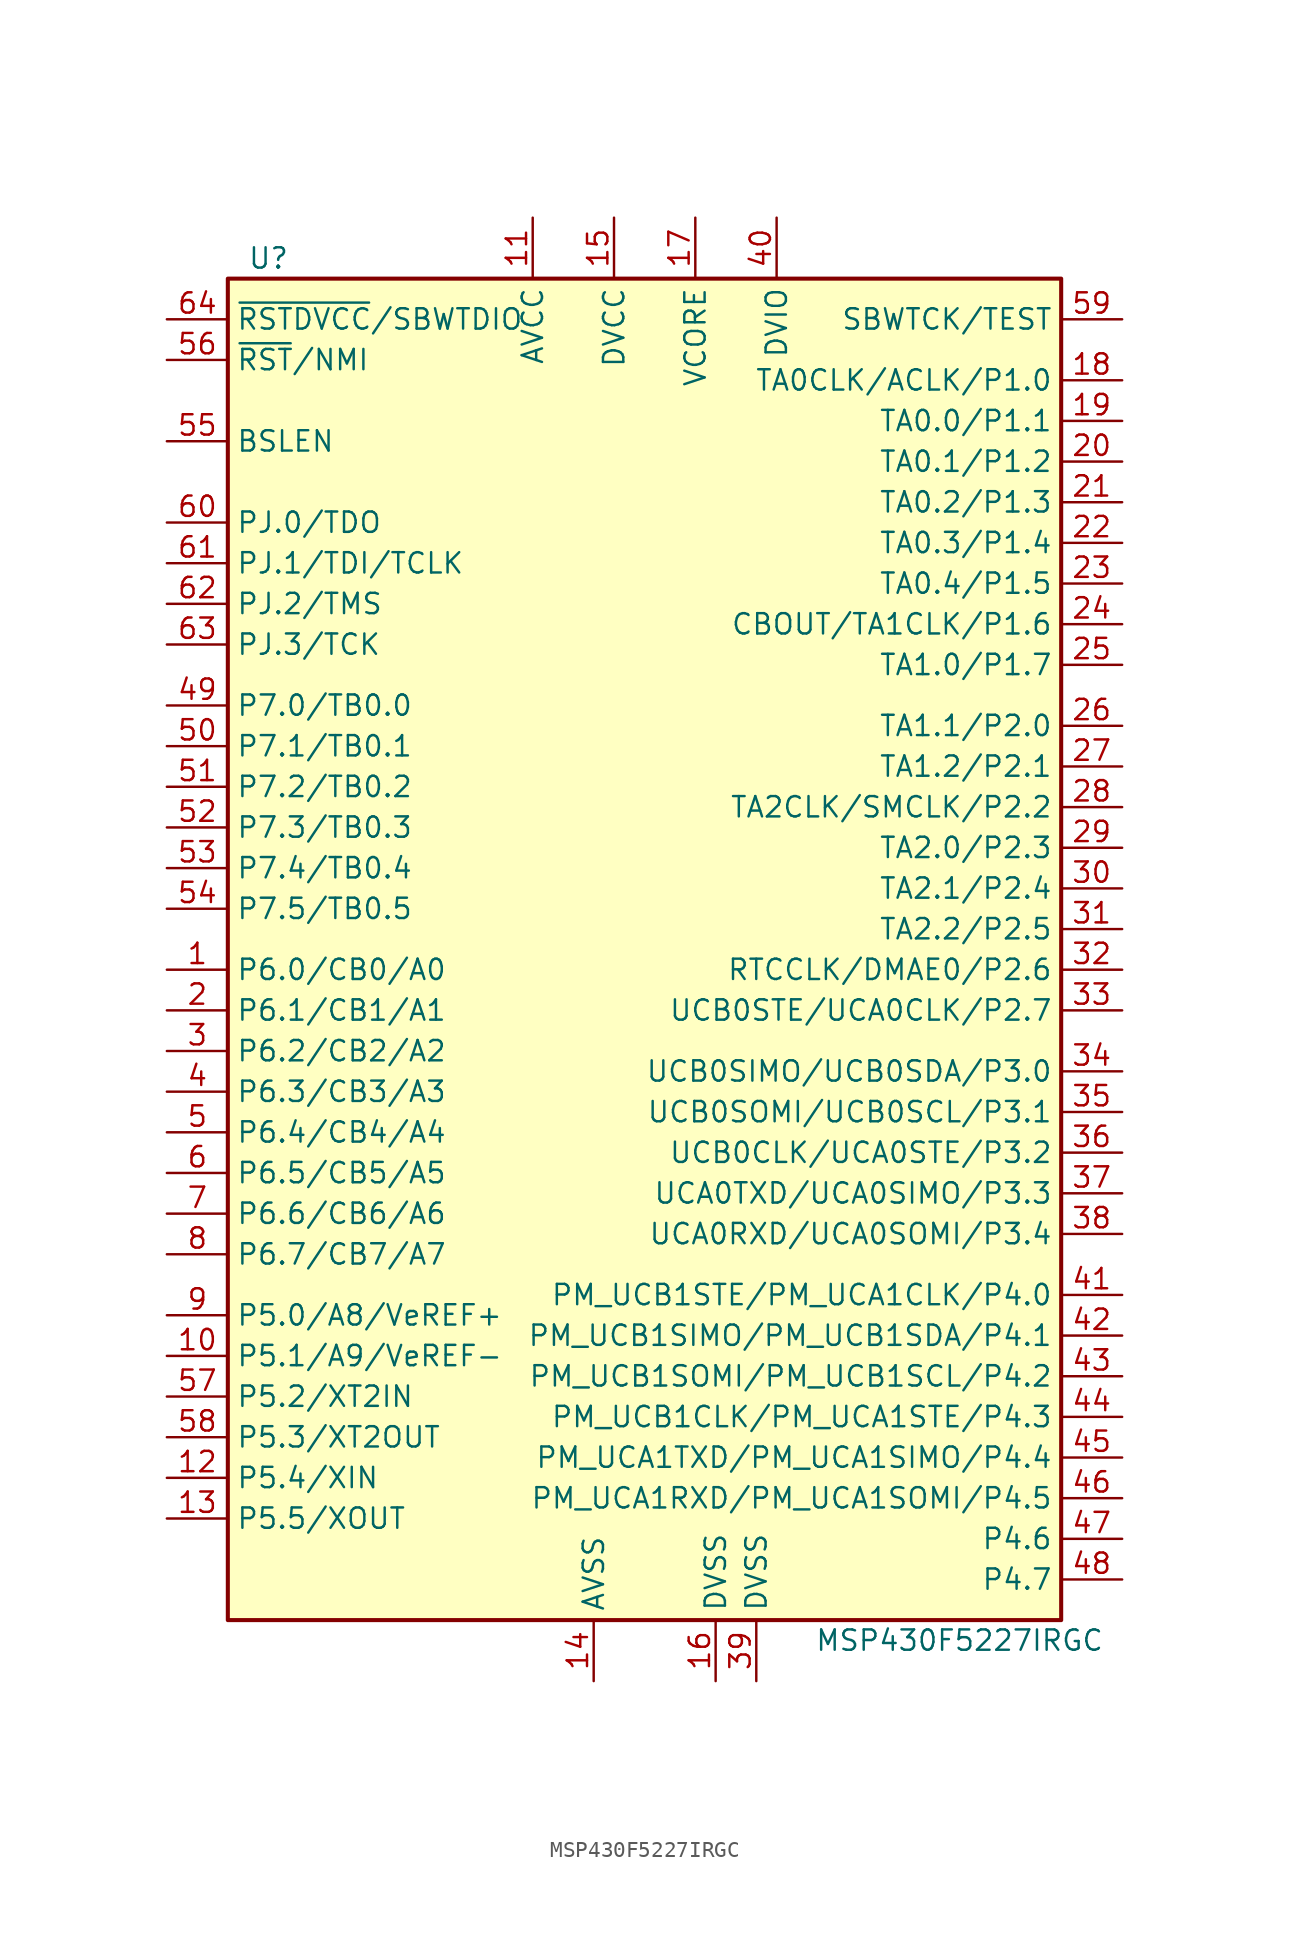
<source format=kicad_sym>
(kicad_symbol_lib
  (version 20231120)
  (generator "kicad_symbol_editor")
  (generator_version "8.0")
  (symbol "MSP430F5227IRGC"
    (property "Reference" "U"
      (at -24.13 43.18 0)
      (effects (font (size 1.27 1.27))))
    (property "Value" "MSP430F5227IRGC"
      (at 19.05 -43.18 0)
      (effects (font (size 1.27 1.27))))
    (symbol "MSP430F5227IRGC_0_1"
      (rectangle (start -26.67 41.91) (end 25.4 -41.91) (stroke (width 0.254) (type default)) (fill (type background))))
    (symbol "MSP430F5227IRGC_1_1"
      (pin bidirectional line (at -30.48 -1.27 0) (length 3.81) (name "P6.0/CB0/A0" (effects (font (size 1.27 1.27)))) (number "1" (effects (font (size 1.27 1.27)))))
      (pin bidirectional line (at -30.48 -25.4 0) (length 3.81) (name "P5.1/A9/VeREF-" (effects (font (size 1.27 1.27)))) (number "10" (effects (font (size 1.27 1.27)))))
      (pin power_in line (at -7.62 45.72 270) (length 3.81) (name "AVCC" (effects (font (size 1.27 1.27)))) (number "11" (effects (font (size 1.27 1.27)))))
      (pin bidirectional line (at -30.48 -33.02 0) (length 3.81) (name "P5.4/XIN" (effects (font (size 1.27 1.27)))) (number "12" (effects (font (size 1.27 1.27)))))
      (pin bidirectional line (at -30.48 -35.56 0) (length 3.81) (name "P5.5/XOUT" (effects (font (size 1.27 1.27)))) (number "13" (effects (font (size 1.27 1.27)))))
      (pin power_in line (at -3.81 -45.72 90) (length 3.81) (name "AVSS" (effects (font (size 1.27 1.27)))) (number "14" (effects (font (size 1.27 1.27)))))
      (pin power_in line (at -2.54 45.72 270) (length 3.81) (name "DVCC" (effects (font (size 1.27 1.27)))) (number "15" (effects (font (size 1.27 1.27)))))
      (pin power_in line (at 3.81 -45.72 90) (length 3.81) (name "DVSS" (effects (font (size 1.27 1.27)))) (number "16" (effects (font (size 1.27 1.27)))))
      (pin power_in line (at 2.54 45.72 270) (length 3.81) (name "VCORE" (effects (font (size 1.27 1.27)))) (number "17" (effects (font (size 1.27 1.27)))))
      (pin bidirectional line (at 29.21 35.56 180) (length 3.81) (name "TA0CLK/ACLK/P1.0" (effects (font (size 1.27 1.27)))) (number "18" (effects (font (size 1.27 1.27)))))
      (pin bidirectional line (at 29.21 33.02 180) (length 3.81) (name "TA0.0/P1.1" (effects (font (size 1.27 1.27)))) (number "19" (effects (font (size 1.27 1.27)))))
      (pin bidirectional line (at -30.48 -3.81 0) (length 3.81) (name "P6.1/CB1/A1" (effects (font (size 1.27 1.27)))) (number "2" (effects (font (size 1.27 1.27)))))
      (pin bidirectional line (at 29.21 30.48 180) (length 3.81) (name "TA0.1/P1.2" (effects (font (size 1.27 1.27)))) (number "20" (effects (font (size 1.27 1.27)))))
      (pin bidirectional line (at 29.21 27.94 180) (length 3.81) (name "TA0.2/P1.3" (effects (font (size 1.27 1.27)))) (number "21" (effects (font (size 1.27 1.27)))))
      (pin bidirectional line (at 29.21 25.4 180) (length 3.81) (name "TA0.3/P1.4" (effects (font (size 1.27 1.27)))) (number "22" (effects (font (size 1.27 1.27)))))
      (pin bidirectional line (at 29.21 22.86 180) (length 3.81) (name "TA0.4/P1.5" (effects (font (size 1.27 1.27)))) (number "23" (effects (font (size 1.27 1.27)))))
      (pin bidirectional line (at 29.21 20.32 180) (length 3.81) (name "CBOUT/TA1CLK/P1.6" (effects (font (size 1.27 1.27)))) (number "24" (effects (font (size 1.27 1.27)))))
      (pin bidirectional line (at 29.21 17.78 180) (length 3.81) (name "TA1.0/P1.7" (effects (font (size 1.27 1.27)))) (number "25" (effects (font (size 1.27 1.27)))))
      (pin bidirectional line (at 29.21 13.97 180) (length 3.81) (name "TA1.1/P2.0" (effects (font (size 1.27 1.27)))) (number "26" (effects (font (size 1.27 1.27)))))
      (pin bidirectional line (at 29.21 11.43 180) (length 3.81) (name "TA1.2/P2.1" (effects (font (size 1.27 1.27)))) (number "27" (effects (font (size 1.27 1.27)))))
      (pin bidirectional line (at 29.21 8.89 180) (length 3.81) (name "TA2CLK/SMCLK/P2.2" (effects (font (size 1.27 1.27)))) (number "28" (effects (font (size 1.27 1.27)))))
      (pin bidirectional line (at 29.21 6.35 180) (length 3.81) (name "TA2.0/P2.3" (effects (font (size 1.27 1.27)))) (number "29" (effects (font (size 1.27 1.27)))))
      (pin bidirectional line (at -30.48 -6.35 0) (length 3.81) (name "P6.2/CB2/A2" (effects (font (size 1.27 1.27)))) (number "3" (effects (font (size 1.27 1.27)))))
      (pin bidirectional line (at 29.21 3.81 180) (length 3.81) (name "TA2.1/P2.4" (effects (font (size 1.27 1.27)))) (number "30" (effects (font (size 1.27 1.27)))))
      (pin bidirectional line (at 29.21 1.27 180) (length 3.81) (name "TA2.2/P2.5" (effects (font (size 1.27 1.27)))) (number "31" (effects (font (size 1.27 1.27)))))
      (pin bidirectional line (at 29.21 -1.27 180) (length 3.81) (name "RTCCLK/DMAE0/P2.6" (effects (font (size 1.27 1.27)))) (number "32" (effects (font (size 1.27 1.27)))))
      (pin bidirectional line (at 29.21 -3.81 180) (length 3.81) (name "UCB0STE/UCA0CLK/P2.7" (effects (font (size 1.27 1.27)))) (number "33" (effects (font (size 1.27 1.27)))))
      (pin bidirectional line (at 29.21 -7.62 180) (length 3.81) (name "UCB0SIMO/UCB0SDA/P3.0" (effects (font (size 1.27 1.27)))) (number "34" (effects (font (size 1.27 1.27)))))
      (pin bidirectional line (at 29.21 -10.16 180) (length 3.81) (name "UCB0SOMI/UCB0SCL/P3.1" (effects (font (size 1.27 1.27)))) (number "35" (effects (font (size 1.27 1.27)))))
      (pin bidirectional line (at 29.21 -12.7 180) (length 3.81) (name "UCB0CLK/UCA0STE/P3.2" (effects (font (size 1.27 1.27)))) (number "36" (effects (font (size 1.27 1.27)))))
      (pin bidirectional line (at 29.21 -15.24 180) (length 3.81) (name "UCA0TXD/UCA0SIMO/P3.3" (effects (font (size 1.27 1.27)))) (number "37" (effects (font (size 1.27 1.27)))))
      (pin bidirectional line (at 29.21 -17.78 180) (length 3.81) (name "UCA0RXD/UCA0SOMI/P3.4" (effects (font (size 1.27 1.27)))) (number "38" (effects (font (size 1.27 1.27)))))
      (pin power_in line (at 6.35 -45.72 90) (length 3.81) (name "DVSS" (effects (font (size 1.27 1.27)))) (number "39" (effects (font (size 1.27 1.27)))))
      (pin bidirectional line (at -30.48 -8.89 0) (length 3.81) (name "P6.3/CB3/A3" (effects (font (size 1.27 1.27)))) (number "4" (effects (font (size 1.27 1.27)))))
      (pin power_in line (at 7.62 45.72 270) (length 3.81) (name "DVIO" (effects (font (size 1.27 1.27)))) (number "40" (effects (font (size 1.27 1.27)))))
      (pin bidirectional line (at 29.21 -21.59 180) (length 3.81) (name "PM_UCB1STE/PM_UCA1CLK/P4.0" (effects (font (size 1.27 1.27)))) (number "41" (effects (font (size 1.27 1.27)))))
      (pin bidirectional line (at 29.21 -24.13 180) (length 3.81) (name "PM_UCB1SIMO/PM_UCB1SDA/P4.1" (effects (font (size 1.27 1.27)))) (number "42" (effects (font (size 1.27 1.27)))))
      (pin bidirectional line (at 29.21 -26.67 180) (length 3.81) (name "PM_UCB1SOMI/PM_UCB1SCL/P4.2" (effects (font (size 1.27 1.27)))) (number "43" (effects (font (size 1.27 1.27)))))
      (pin bidirectional line (at 29.21 -29.21 180) (length 3.81) (name "PM_UCB1CLK/PM_UCA1STE/P4.3" (effects (font (size 1.27 1.27)))) (number "44" (effects (font (size 1.27 1.27)))))
      (pin bidirectional line (at 29.21 -31.75 180) (length 3.81) (name "PM_UCA1TXD/PM_UCA1SIMO/P4.4" (effects (font (size 1.27 1.27)))) (number "45" (effects (font (size 1.27 1.27)))))
      (pin bidirectional line (at 29.21 -34.29 180) (length 3.81) (name "PM_UCA1RXD/PM_UCA1SOMI/P4.5" (effects (font (size 1.27 1.27)))) (number "46" (effects (font (size 1.27 1.27)))))
      (pin bidirectional line (at 29.21 -36.83 180) (length 3.81) (name "P4.6" (effects (font (size 1.27 1.27)))) (number "47" (effects (font (size 1.27 1.27)))))
      (pin bidirectional line (at 29.21 -39.37 180) (length 3.81) (name "P4.7" (effects (font (size 1.27 1.27)))) (number "48" (effects (font (size 1.27 1.27)))))
      (pin bidirectional line (at -30.48 15.24 0) (length 3.81) (name "P7.0/TB0.0" (effects (font (size 1.27 1.27)))) (number "49" (effects (font (size 1.27 1.27)))))
      (pin bidirectional line (at -30.48 -11.43 0) (length 3.81) (name "P6.4/CB4/A4" (effects (font (size 1.27 1.27)))) (number "5" (effects (font (size 1.27 1.27)))))
      (pin bidirectional line (at -30.48 12.7 0) (length 3.81) (name "P7.1/TB0.1" (effects (font (size 1.27 1.27)))) (number "50" (effects (font (size 1.27 1.27)))))
      (pin bidirectional line (at -30.48 10.16 0) (length 3.81) (name "P7.2/TB0.2" (effects (font (size 1.27 1.27)))) (number "51" (effects (font (size 1.27 1.27)))))
      (pin bidirectional line (at -30.48 7.62 0) (length 3.81) (name "P7.3/TB0.3" (effects (font (size 1.27 1.27)))) (number "52" (effects (font (size 1.27 1.27)))))
      (pin bidirectional line (at -30.48 5.08 0) (length 3.81) (name "P7.4/TB0.4" (effects (font (size 1.27 1.27)))) (number "53" (effects (font (size 1.27 1.27)))))
      (pin bidirectional line (at -30.48 2.54 0) (length 3.81) (name "P7.5/TB0.5" (effects (font (size 1.27 1.27)))) (number "54" (effects (font (size 1.27 1.27)))))
      (pin bidirectional line (at -30.48 31.75 0) (length 3.81) (name "BSLEN" (effects (font (size 1.27 1.27)))) (number "55" (effects (font (size 1.27 1.27)))))
      (pin input line (at -30.48 36.83 0) (length 3.81) (name "~{RST}/NMI" (effects (font (size 1.27 1.27)))) (number "56" (effects (font (size 1.27 1.27)))))
      (pin bidirectional line (at -30.48 -27.94 0) (length 3.81) (name "P5.2/XT2IN" (effects (font (size 1.27 1.27)))) (number "57" (effects (font (size 1.27 1.27)))))
      (pin bidirectional line (at -30.48 -30.48 0) (length 3.81) (name "P5.3/XT2OUT" (effects (font (size 1.27 1.27)))) (number "58" (effects (font (size 1.27 1.27)))))
      (pin input line (at 29.21 39.37 180) (length 3.81) (name "SBWTCK/TEST" (effects (font (size 1.27 1.27)))) (number "59" (effects (font (size 1.27 1.27)))))
      (pin bidirectional line (at -30.48 -13.97 0) (length 3.81) (name "P6.5/CB5/A5" (effects (font (size 1.27 1.27)))) (number "6" (effects (font (size 1.27 1.27)))))
      (pin bidirectional line (at -30.48 26.67 0) (length 3.81) (name "PJ.0/TDO" (effects (font (size 1.27 1.27)))) (number "60" (effects (font (size 1.27 1.27)))))
      (pin bidirectional line (at -30.48 24.13 0) (length 3.81) (name "PJ.1/TDI/TCLK" (effects (font (size 1.27 1.27)))) (number "61" (effects (font (size 1.27 1.27)))))
      (pin bidirectional line (at -30.48 21.59 0) (length 3.81) (name "PJ.2/TMS" (effects (font (size 1.27 1.27)))) (number "62" (effects (font (size 1.27 1.27)))))
      (pin bidirectional line (at -30.48 19.05 0) (length 3.81) (name "PJ.3/TCK" (effects (font (size 1.27 1.27)))) (number "63" (effects (font (size 1.27 1.27)))))
      (pin bidirectional line (at -30.48 39.37 0) (length 3.81) (name "~{RSTDVCC}/SBWTDIO" (effects (font (size 1.27 1.27)))) (number "64" (effects (font (size 1.27 1.27)))))
      (pin bidirectional line (at -30.48 -16.51 0) (length 3.81) (name "P6.6/CB6/A6" (effects (font (size 1.27 1.27)))) (number "7" (effects (font (size 1.27 1.27)))))
      (pin bidirectional line (at -30.48 -19.05 0) (length 3.81) (name "P6.7/CB7/A7" (effects (font (size 1.27 1.27)))) (number "8" (effects (font (size 1.27 1.27)))))
      (pin bidirectional line (at -30.48 -22.86 0) (length 3.81) (name "P5.0/A8/VeREF+" (effects (font (size 1.27 1.27)))) (number "9" (effects (font (size 1.27 1.27))))))))
</source>
